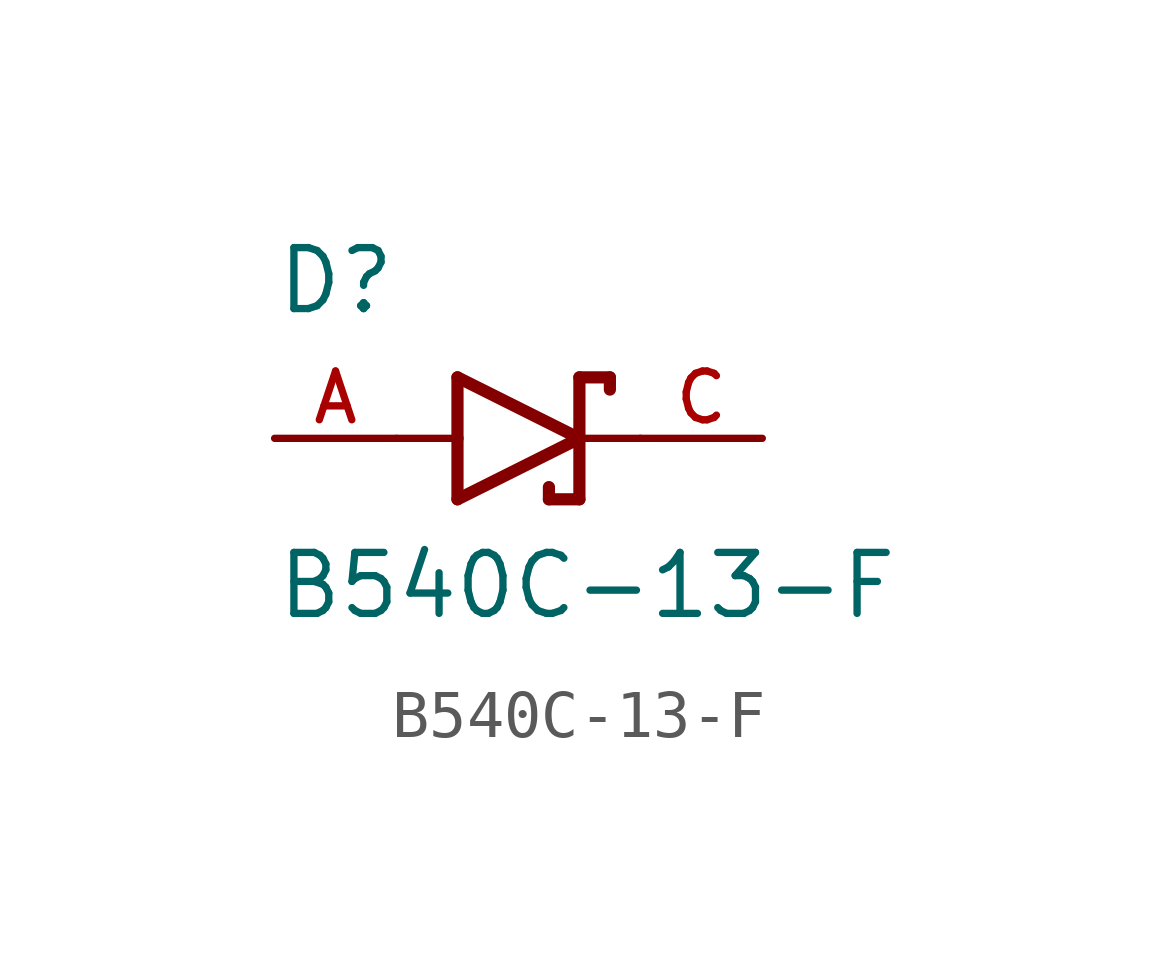
<source format=kicad_sym>
(kicad_symbol_lib
  (version 20241209)
  (generator "kicad_symbol_editor")
  (generator_version "9.0")
  (symbol "B540C-13-F"
    (pin_names
      (offset 1.016))
    (property "Reference" "D"
      (at -5.08 2.54 0)
      (effects (font (size 1.27 1.27)) (justify left bottom)))
    (property "Value" "B540C-13-F"
      (at -5.08 -3.81 0)
      (effects (font (size 1.27 1.27)) (justify left bottom)))
    (symbol "B540C-13-F_0_0"
      (polyline (pts (xy -2.54 0) (xy -1.27 0)) (stroke (width 0.152) (type default)) (fill (type none)))
      (polyline (pts (xy -1.27 1.27) (xy -1.27 0)) (stroke (width 0.254) (type default)) (fill (type none)))
      (polyline (pts (xy -1.27 0) (xy -1.27 -1.27)) (stroke (width 0.254) (type default)) (fill (type none)))
      (polyline (pts (xy -1.27 -1.27) (xy 1.27 0)) (stroke (width 0.254) (type default)) (fill (type none)))
      (polyline (pts (xy 0.635 -1.016) (xy 0.635 -1.27)) (stroke (width 0.254) (type default)) (fill (type none)))
      (polyline (pts (xy 1.27 1.27) (xy 1.27 0)) (stroke (width 0.254) (type default)) (fill (type none)))
      (polyline (pts (xy 1.27 0) (xy -1.27 1.27)) (stroke (width 0.254) (type default)) (fill (type none)))
      (polyline (pts (xy 1.27 0) (xy 1.27 -1.27)) (stroke (width 0.254) (type default)) (fill (type none)))
      (polyline (pts (xy 1.27 0) (xy 2.54 0)) (stroke (width 0.152) (type default)) (fill (type none)))
      (polyline (pts (xy 1.27 -1.27) (xy 0.635 -1.27)) (stroke (width 0.254) (type default)) (fill (type none)))
      (polyline (pts (xy 1.905 1.27) (xy 1.27 1.27)) (stroke (width 0.254) (type default)) (fill (type none)))
      (polyline (pts (xy 1.905 1.27) (xy 1.905 1.016)) (stroke (width 0.254) (type default)) (fill (type none)))
      (pin passive line (at -5.08 0 0) (length 2.54) (name "~" (effects (font (size 1.016 1.016)))) (number "A" (effects (font (size 1.016 1.016)))))
      (pin passive line (at 5.08 0 180) (length 2.54) (name "~" (effects (font (size 1.016 1.016)))) (number "C" (effects (font (size 1.016 1.016))))))))
</source>
